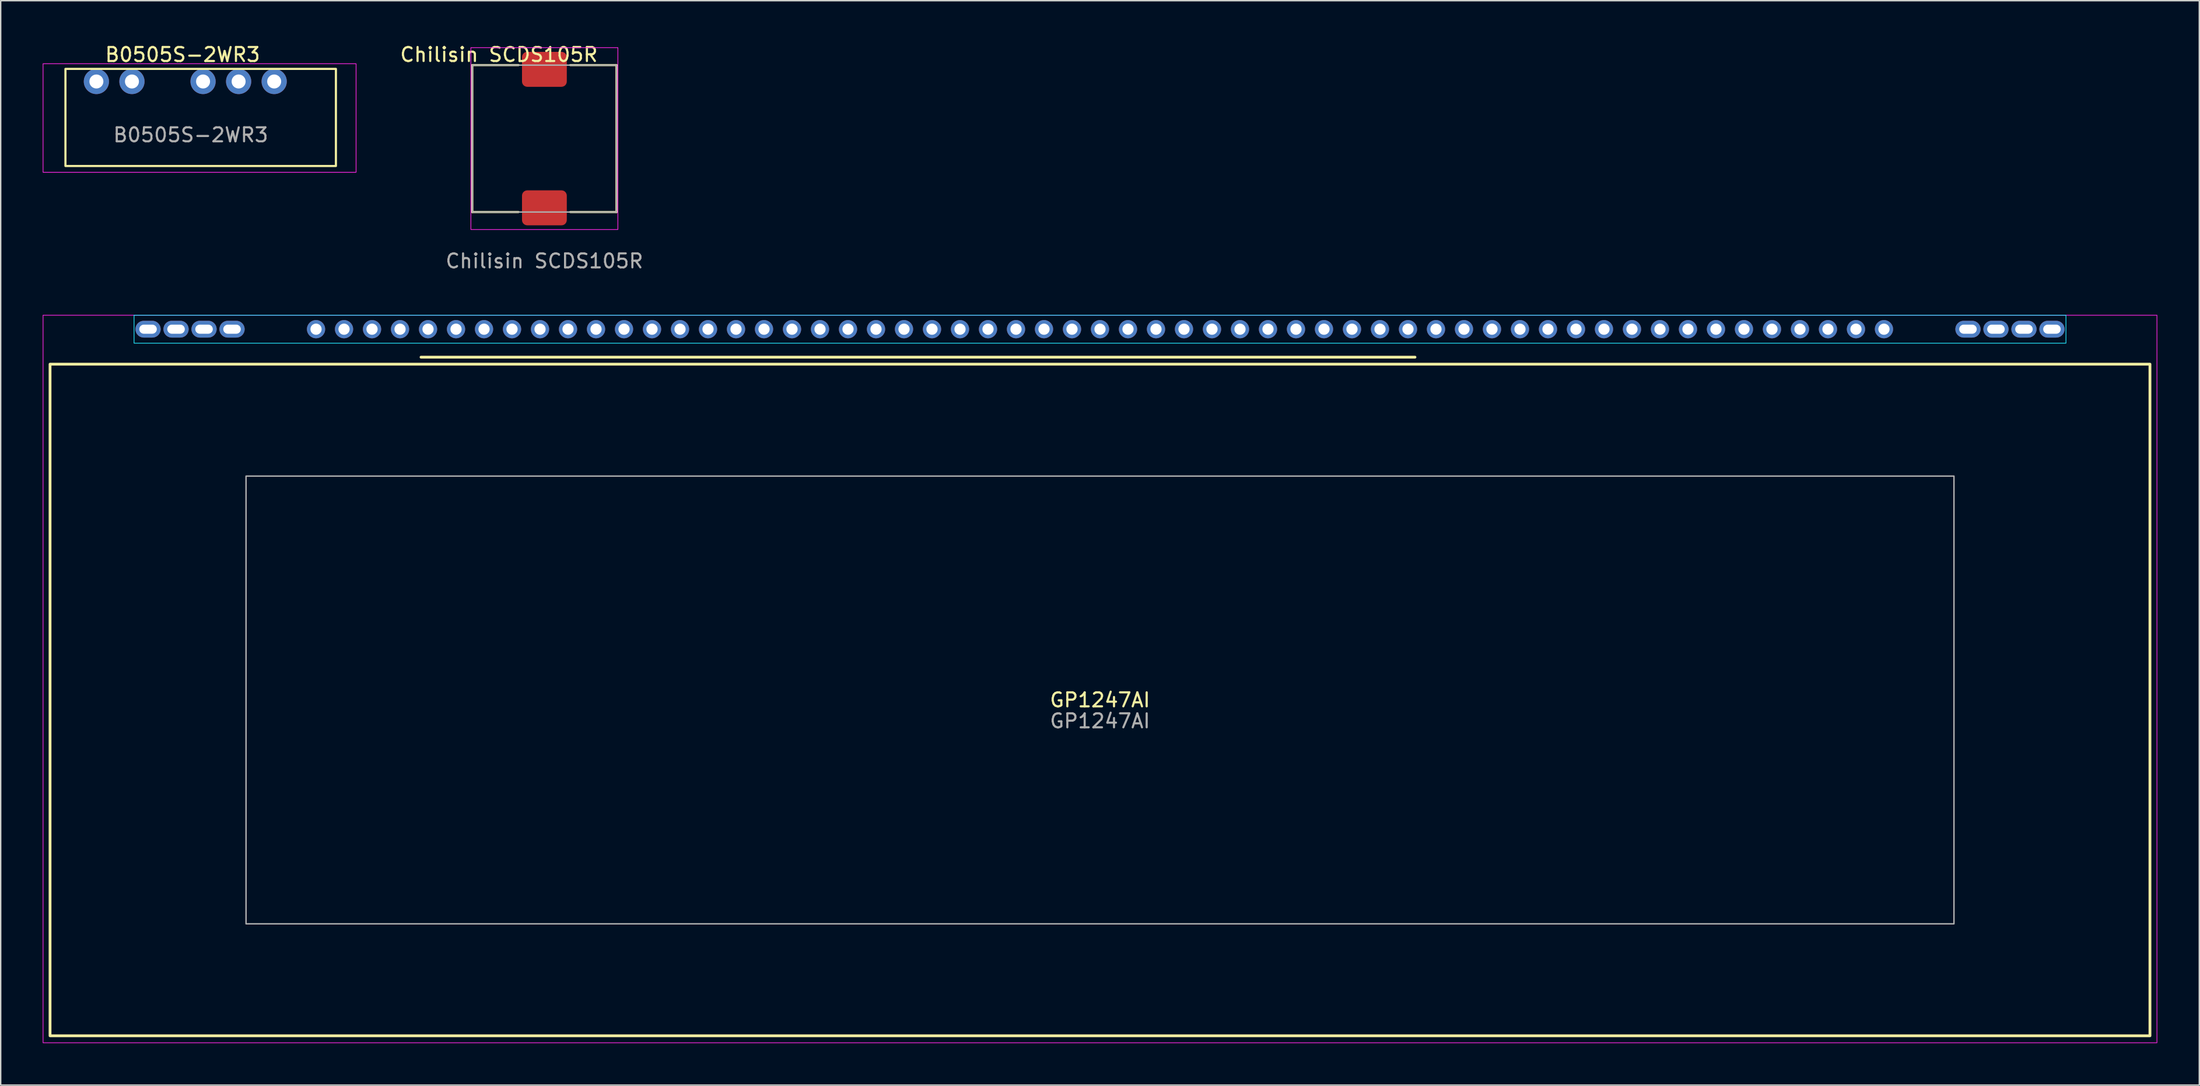
<source format=kicad_pcb>
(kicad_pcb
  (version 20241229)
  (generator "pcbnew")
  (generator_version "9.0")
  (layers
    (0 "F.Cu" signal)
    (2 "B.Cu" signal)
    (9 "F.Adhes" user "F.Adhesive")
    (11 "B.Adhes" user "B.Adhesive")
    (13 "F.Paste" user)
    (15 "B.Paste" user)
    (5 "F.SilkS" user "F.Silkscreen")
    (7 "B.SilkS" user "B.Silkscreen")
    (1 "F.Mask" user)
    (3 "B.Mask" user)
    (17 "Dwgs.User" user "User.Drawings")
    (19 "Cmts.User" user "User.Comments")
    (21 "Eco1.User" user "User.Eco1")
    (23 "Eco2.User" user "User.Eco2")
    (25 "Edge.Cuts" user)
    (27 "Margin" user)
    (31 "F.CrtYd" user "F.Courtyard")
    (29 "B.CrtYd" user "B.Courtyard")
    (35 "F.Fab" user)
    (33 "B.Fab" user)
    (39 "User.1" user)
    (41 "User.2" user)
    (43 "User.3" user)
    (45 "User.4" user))
  (footprint "Chilisin SCDS105R"
    (layer "F.Cu")
    (at 35.837 6.854)
    (property "Reference" "Chilisin SCDS105R" (at -3.25 -6 0) (unlocked yes) (layer "F.SilkS") (effects (font (size 1 1) (thickness 0.153))))
    (attr smd)
    (fp_line (start -5.15 -5.25) (end -5.15 5.25) (stroke (width 0.153) (type default)) (layer "F.SilkS"))
    (fp_line (start -5.15 -5.25) (end -1.85 -5.25) (stroke (width 0.153) (type default)) (layer "F.SilkS"))
    (fp_line (start -5.15 5.25) (end -1.85 5.25) (stroke (width 0.153) (type default)) (layer "F.SilkS"))
    (fp_line (start 5.15 -5.25) (end 1.85 -5.25) (stroke (width 0.153) (type default)) (layer "F.SilkS"))
    (fp_line (start 5.15 5.25) (end 1.85 5.25) (stroke (width 0.153) (type default)) (layer "F.SilkS"))
    (fp_line (start 5.15 5.25) (end 5.15 -5.25) (stroke (width 0.153) (type default)) (layer "F.SilkS"))
    (fp_rect (start -5.25 -6.5) (end 5.25 6.5) (stroke (width 0.05) (type default)) (fill no) (layer "F.CrtYd"))
    (fp_rect (start -5.15 -5.25) (end 5.15 5.25) (stroke (width 0.1) (type solid)) (fill no) (layer "F.Fab"))
    (fp_text user "${REFERENCE}" (at 0 8.75 0) (unlocked yes) (layer "F.Fab") (effects (font (size 1 1) (thickness 0.15))))
    (pad "1" smd roundrect (at 0 -4.95) (size 3.2 2.5) (layers "F.Cu" "F.Mask" "F.Paste") (roundrect_rratio 0.15))
    (pad "2" smd roundrect (at 0 4.95) (size 3.2 2.5) (layers "F.Cu" "F.Mask" "F.Paste") (roundrect_rratio 0.15)))
  (footprint "B0505S-2WR3"
    (layer "F.Cu")
    (at 3.835 2.774)
    (property "Reference" "B0505S-2WR3" (at 6.16 -1.92 0) (unlocked yes) (layer "F.SilkS") (effects (font (size 1 1) (thickness 0.153))))
    (attr through_hole)
    (fp_rect (start -2.21 -0.9) (end 17.11 6.04) (stroke (width 0.153) (type solid)) (fill no) (layer "F.SilkS"))
    (fp_rect (start -3.81 -1.27) (end 18.55 6.49) (stroke (width 0.05) (type solid)) (fill no) (layer "F.CrtYd"))
    (fp_text user "${REFERENCE}" (at 6.74 3.82 0) (unlocked yes) (layer "F.Fab") (effects (font (size 1 1) (thickness 0.15))))
    (pad "1" thru_hole circle (at 0 0 180) (size 1.8 1.8) (drill 1) (layers "*.Cu" "*.Mask"))
    (pad "2" thru_hole circle (at 2.54 0 180) (size 1.8 1.8) (drill 1) (layers "*.Cu" "*.Mask"))
    (pad "4" thru_hole circle (at 7.62 0 180) (size 1.8 1.8) (drill 1) (layers "*.Cu" "*.Mask"))
    (pad "5" thru_hole circle (at 10.16 0 180) (size 1.8 1.8) (drill 1) (layers "*.Cu" "*.Mask"))
    (pad "6" thru_hole circle (at 12.7 0 180) (size 1.8 1.8) (drill 1) (layers "*.Cu" "*.Mask")))
  (footprint "GP1247AI"
    (layer "F.Cu")
    (at 75.525 46.977)
    (property "Reference" "GP1247AI" (at 0 0 0) (unlocked yes) (layer "F.SilkS") (effects (font (size 1 1) (thickness 0.153))))
    (attr through_hole)
    (fp_line (start 22.5 -24.5) (end -48.5 -24.5) (stroke (width 0.2) (type solid)) (layer "F.SilkS"))
    (fp_rect (start -75 -24) (end 75 24) (stroke (width 0.2) (type solid)) (fill no) (layer "F.SilkS"))
    (fp_rect (start -69 -27.5) (end 69 -25.5) (stroke (width 0.05) (type default)) (fill no) (layer "B.CrtYd"))
    (fp_rect (start -75.5 -27.5) (end 75.5 24.5) (stroke (width 0.05) (type default)) (fill no) (layer "F.CrtYd"))
    (fp_rect (start -61 -16) (end 61 16) (stroke (width 0.1) (type solid)) (fill no) (layer "F.Fab"))
    (fp_text user "${REFERENCE}" (at 0 1.5 0) (unlocked yes) (layer "F.Fab") (effects (font (size 1 1) (thickness 0.15))))
    (pad "1" thru_hole oval (at 68 -26.5) (size 1.8 1.2) (drill oval 1.25 0.65) (layers "*.Cu" "*.Mask"))
    (pad "2" thru_hole oval (at 66 -26.5) (size 1.8 1.2) (drill oval 1.25 0.65) (layers "*.Cu" "*.Mask"))
    (pad "3" thru_hole oval (at 64 -26.5) (size 1.8 1.2) (drill oval 1.25 0.65) (layers "*.Cu" "*.Mask"))
    (pad "4" thru_hole oval (at 62 -26.5) (size 1.8 1.2) (drill oval 1.25 0.65) (layers "*.Cu" "*.Mask"))
    (pad "5" thru_hole circle (at 56 -26.5) (size 1.3 1.3) (drill 0.8) (layers "*.Cu" "*.Mask"))
    (pad "6" thru_hole circle (at 54 -26.5) (size 1.3 1.3) (drill 0.8) (layers "*.Cu" "*.Mask"))
    (pad "7" thru_hole circle (at 52 -26.5) (size 1.3 1.3) (drill 0.8) (layers "*.Cu" "*.Mask"))
    (pad "8" thru_hole circle (at 50 -26.5) (size 1.3 1.3) (drill 0.8) (layers "*.Cu" "*.Mask"))
    (pad "9" thru_hole circle (at 48 -26.5) (size 1.3 1.3) (drill 0.8) (layers "*.Cu" "*.Mask"))
    (pad "10" thru_hole circle (at 46 -26.5) (size 1.3 1.3) (drill 0.8) (layers "*.Cu" "*.Mask"))
    (pad "11" thru_hole circle (at 44 -26.5) (size 1.3 1.3) (drill 0.8) (layers "*.Cu" "*.Mask"))
    (pad "12" thru_hole circle (at 42 -26.5) (size 1.3 1.3) (drill 0.8) (layers "*.Cu" "*.Mask"))
    (pad "13" thru_hole circle (at 40 -26.5) (size 1.3 1.3) (drill 0.8) (layers "*.Cu" "*.Mask"))
    (pad "14" thru_hole circle (at 38 -26.5) (size 1.3 1.3) (drill 0.8) (layers "*.Cu" "*.Mask"))
    (pad "15" thru_hole circle (at 36 -26.5) (size 1.3 1.3) (drill 0.8) (layers "*.Cu" "*.Mask"))
    (pad "16" thru_hole circle (at 34 -26.5) (size 1.3 1.3) (drill 0.8) (layers "*.Cu" "*.Mask"))
    (pad "17" thru_hole circle (at 32 -26.5) (size 1.3 1.3) (drill 0.8) (layers "*.Cu" "*.Mask"))
    (pad "18" thru_hole circle (at 30 -26.5) (size 1.3 1.3) (drill 0.8) (layers "*.Cu" "*.Mask"))
    (pad "19" thru_hole circle (at 28 -26.5) (size 1.3 1.3) (drill 0.8) (layers "*.Cu" "*.Mask"))
    (pad "20" thru_hole circle (at 26 -26.5) (size 1.3 1.3) (drill 0.8) (layers "*.Cu" "*.Mask"))
    (pad "21" thru_hole circle (at 24 -26.5) (size 1.3 1.3) (drill 0.8) (layers "*.Cu" "*.Mask"))
    (pad "22" thru_hole circle (at 22 -26.5) (size 1.3 1.3) (drill 0.8) (layers "*.Cu" "*.Mask"))
    (pad "23" thru_hole circle (at 20 -26.5) (size 1.3 1.3) (drill 0.8) (layers "*.Cu" "*.Mask"))
    (pad "24" thru_hole circle (at 18 -26.5) (size 1.3 1.3) (drill 0.8) (layers "*.Cu" "*.Mask"))
    (pad "25" thru_hole circle (at 16 -26.5) (size 1.3 1.3) (drill 0.8) (layers "*.Cu" "*.Mask"))
    (pad "26" thru_hole circle (at 14 -26.5) (size 1.3 1.3) (drill 0.8) (layers "*.Cu" "*.Mask"))
    (pad "27" thru_hole circle (at 12 -26.5) (size 1.3 1.3) (drill 0.8) (layers "*.Cu" "*.Mask"))
    (pad "28" thru_hole circle (at 10 -26.5) (size 1.3 1.3) (drill 0.8) (layers "*.Cu" "*.Mask"))
    (pad "29" thru_hole circle (at 8 -26.5) (size 1.3 1.3) (drill 0.8) (layers "*.Cu" "*.Mask"))
    (pad "30" thru_hole circle (at 6 -26.5) (size 1.3 1.3) (drill 0.8) (layers "*.Cu" "*.Mask"))
    (pad "31" thru_hole circle (at 4 -26.5) (size 1.3 1.3) (drill 0.8) (layers "*.Cu" "*.Mask"))
    (pad "32" thru_hole circle (at 2 -26.5) (size 1.3 1.3) (drill 0.8) (layers "*.Cu" "*.Mask"))
    (pad "33" thru_hole circle (at 0 -26.5) (size 1.3 1.3) (drill 0.8) (layers "*.Cu" "*.Mask"))
    (pad "34" thru_hole circle (at -2 -26.5) (size 1.3 1.3) (drill 0.8) (layers "*.Cu" "*.Mask"))
    (pad "35" thru_hole circle (at -4 -26.5) (size 1.3 1.3) (drill 0.8) (layers "*.Cu" "*.Mask"))
    (pad "36" thru_hole circle (at -6 -26.5) (size 1.3 1.3) (drill 0.8) (layers "*.Cu" "*.Mask"))
    (pad "37" thru_hole circle (at -8 -26.5) (size 1.3 1.3) (drill 0.8) (layers "*.Cu" "*.Mask"))
    (pad "38" thru_hole circle (at -10 -26.5) (size 1.3 1.3) (drill 0.8) (layers "*.Cu" "*.Mask"))
    (pad "39" thru_hole circle (at -12 -26.5) (size 1.3 1.3) (drill 0.8) (layers "*.Cu" "*.Mask"))
    (pad "40" thru_hole circle (at -14 -26.5) (size 1.3 1.3) (drill 0.8) (layers "*.Cu" "*.Mask"))
    (pad "41" thru_hole circle (at -16 -26.5) (size 1.3 1.3) (drill 0.8) (layers "*.Cu" "*.Mask"))
    (pad "42" thru_hole circle (at -18 -26.5) (size 1.3 1.3) (drill 0.8) (layers "*.Cu" "*.Mask"))
    (pad "43" thru_hole circle (at -20 -26.5) (size 1.3 1.3) (drill 0.8) (layers "*.Cu" "*.Mask"))
    (pad "44" thru_hole circle (at -22 -26.5) (size 1.3 1.3) (drill 0.8) (layers "*.Cu" "*.Mask"))
    (pad "45" thru_hole circle (at -24 -26.5) (size 1.3 1.3) (drill 0.8) (layers "*.Cu" "*.Mask"))
    (pad "46" thru_hole circle (at -26 -26.5) (size 1.3 1.3) (drill 0.8) (layers "*.Cu" "*.Mask"))
    (pad "47" thru_hole circle (at -28 -26.5) (size 1.3 1.3) (drill 0.8) (layers "*.Cu" "*.Mask"))
    (pad "48" thru_hole circle (at -30 -26.5) (size 1.3 1.3) (drill 0.8) (layers "*.Cu" "*.Mask"))
    (pad "49" thru_hole circle (at -32 -26.5) (size 1.3 1.3) (drill 0.8) (layers "*.Cu" "*.Mask"))
    (pad "50" thru_hole circle (at -34 -26.5) (size 1.3 1.3) (drill 0.8) (layers "*.Cu" "*.Mask"))
    (pad "51" thru_hole circle (at -36 -26.5) (size 1.3 1.3) (drill 0.8) (layers "*.Cu" "*.Mask"))
    (pad "52" thru_hole circle (at -38 -26.5) (size 1.3 1.3) (drill 0.8) (layers "*.Cu" "*.Mask"))
    (pad "53" thru_hole circle (at -40 -26.5) (size 1.3 1.3) (drill 0.8) (layers "*.Cu" "*.Mask"))
    (pad "54" thru_hole circle (at -42 -26.5) (size 1.3 1.3) (drill 0.8) (layers "*.Cu" "*.Mask"))
    (pad "55" thru_hole circle (at -44 -26.5) (size 1.3 1.3) (drill 0.8) (layers "*.Cu" "*.Mask"))
    (pad "56" thru_hole circle (at -46 -26.5) (size 1.3 1.3) (drill 0.8) (layers "*.Cu" "*.Mask"))
    (pad "57" thru_hole circle (at -48 -26.5) (size 1.3 1.3) (drill 0.8) (layers "*.Cu" "*.Mask"))
    (pad "58" thru_hole circle (at -50 -26.5) (size 1.3 1.3) (drill 0.8) (layers "*.Cu" "*.Mask"))
    (pad "59" thru_hole circle (at -52 -26.5) (size 1.3 1.3) (drill 0.8) (layers "*.Cu" "*.Mask"))
    (pad "60" thru_hole circle (at -54 -26.5) (size 1.3 1.3) (drill 0.8) (layers "*.Cu" "*.Mask"))
    (pad "61" thru_hole circle (at -56 -26.5) (size 1.3 1.3) (drill 0.8) (layers "*.Cu" "*.Mask"))
    (pad "62" thru_hole oval (at -62 -26.5) (size 1.8 1.2) (drill oval 1.25 0.65) (layers "*.Cu" "*.Mask"))
    (pad "63" thru_hole oval (at -64 -26.5) (size 1.8 1.2) (drill oval 1.25 0.65) (layers "*.Cu" "*.Mask"))
    (pad "64" thru_hole oval (at -66 -26.5) (size 1.8 1.2) (drill oval 1.25 0.65) (layers "*.Cu" "*.Mask"))
    (pad "65" thru_hole oval (at -68 -26.5) (size 1.8 1.2) (drill oval 1.25 0.65) (layers "*.Cu" "*.Mask")))
  (gr_rect
    (start -3 -3)
    (end 154.05 74.502)
    (stroke (width 0.1) (type default))
    (fill no)
    (layer "Edge.Cuts")))
</source>
